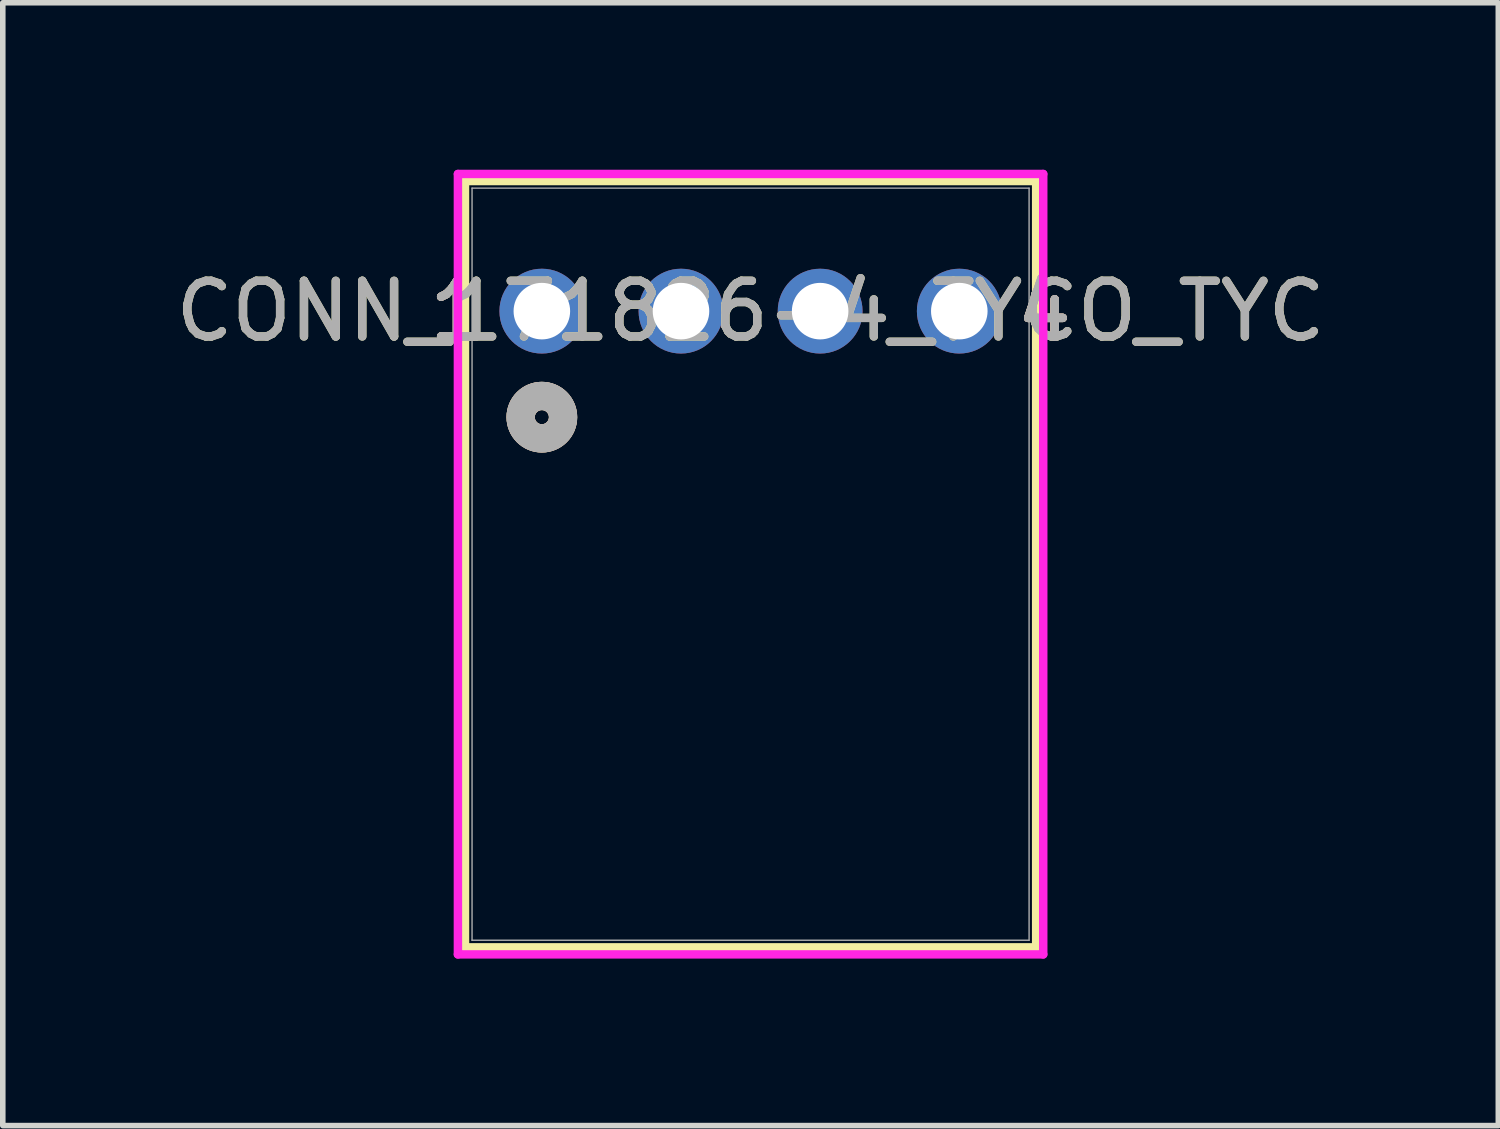
<source format=kicad_pcb>
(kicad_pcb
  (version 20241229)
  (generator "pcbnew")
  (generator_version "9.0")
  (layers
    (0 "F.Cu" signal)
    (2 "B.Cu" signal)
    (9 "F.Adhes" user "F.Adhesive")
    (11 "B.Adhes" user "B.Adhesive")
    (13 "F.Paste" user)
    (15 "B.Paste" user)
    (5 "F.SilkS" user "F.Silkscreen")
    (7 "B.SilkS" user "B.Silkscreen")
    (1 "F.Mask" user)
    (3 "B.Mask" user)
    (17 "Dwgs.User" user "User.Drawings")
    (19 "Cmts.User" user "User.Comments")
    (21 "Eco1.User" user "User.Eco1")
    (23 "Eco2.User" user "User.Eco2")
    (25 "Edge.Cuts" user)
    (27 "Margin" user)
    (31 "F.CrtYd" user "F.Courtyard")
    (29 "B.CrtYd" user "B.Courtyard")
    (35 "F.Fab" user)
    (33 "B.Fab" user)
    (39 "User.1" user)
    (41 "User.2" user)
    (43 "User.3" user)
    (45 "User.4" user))
  (footprint "CONN_171826-4_TYCO_TYC"
    (layer "F.Cu")
    (at 6.685 2.54)
    (property "Reference" "CONN_171826-4_TYCO_TYC" (at 3.75 0 0) (unlocked yes) (layer "F.SilkS") (effects (font (size 1 1) (thickness 0.15))))
    (attr through_hole)
    (fp_line (start -1.381 -2.337) (end -1.381 11.43) (stroke (width 0.152) (type solid)) (layer "F.SilkS"))
    (fp_line (start -1.381 11.43) (end 8.881 11.43) (stroke (width 0.152) (type solid)) (layer "F.SilkS"))
    (fp_line (start 8.881 -2.337) (end -1.381 -2.337) (stroke (width 0.152) (type solid)) (layer "F.SilkS"))
    (fp_line (start 8.881 11.43) (end 8.881 -2.337) (stroke (width 0.152) (type solid)) (layer "F.SilkS"))
    (fp_circle (center 0 1.905) (end 0.381 1.905) (stroke (width 0.508) (type solid)) (fill no) (layer "F.SilkS"))
    (fp_circle (center 0 1.905) (end 0.381 1.905) (stroke (width 0.508) (type solid)) (fill no) (layer "B.SilkS"))
    (fp_line (start -1.508 -2.464) (end -1.508 11.557) (stroke (width 0.152) (type solid)) (layer "F.CrtYd"))
    (fp_line (start -1.508 11.557) (end 9.008 11.557) (stroke (width 0.152) (type solid)) (layer "F.CrtYd"))
    (fp_line (start 9.008 -2.464) (end -1.508 -2.464) (stroke (width 0.152) (type solid)) (layer "F.CrtYd"))
    (fp_line (start 9.008 11.557) (end 9.008 -2.464) (stroke (width 0.152) (type solid)) (layer "F.CrtYd"))
    (fp_line (start -1.254 -2.21) (end -1.254 11.303) (stroke (width 0.025) (type solid)) (layer "F.Fab"))
    (fp_line (start -1.254 11.303) (end 8.754 11.303) (stroke (width 0.025) (type solid)) (layer "F.Fab"))
    (fp_line (start 8.754 -2.21) (end -1.254 -2.21) (stroke (width 0.025) (type solid)) (layer "F.Fab"))
    (fp_line (start 8.754 11.303) (end 8.754 -2.21) (stroke (width 0.025) (type solid)) (layer "F.Fab"))
    (fp_circle (center 0 1.905) (end 0.381 1.905) (stroke (width 0.508) (type solid)) (fill no) (layer "F.Fab"))
    (fp_text user "4" (at 9.024 0 0) (unlocked yes) (layer "F.SilkS") (effects (font (size 1 1) (thickness 0.15))))
    (fp_text user "1" (at -1.524 0 0) (unlocked yes) (layer "F.SilkS") (effects (font (size 1 1) (thickness 0.15))))
    (fp_text user "1" (at -1.524 0 0) (unlocked yes) (layer "F.SilkS") (effects (font (size 1 1) (thickness 0.15))))
    (fp_text user "4" (at 9.024 0 0) (unlocked yes) (layer "F.SilkS") (effects (font (size 1 1) (thickness 0.15))))
    (fp_text user "4" (at 9.024 0 0) (unlocked yes) (layer "B.SilkS") (effects (font (size 1 1) (thickness 0.15))))
    (fp_text user "1" (at -1.524 0 0) (unlocked yes) (layer "B.SilkS") (effects (font (size 1 1) (thickness 0.15))))
    (fp_text user "4" (at 9.024 0 0) (unlocked yes) (layer "B.SilkS") (effects (font (size 1 1) (thickness 0.15))))
    (fp_text user "1" (at -1.524 0 0) (unlocked yes) (layer "B.SilkS") (effects (font (size 1 1) (thickness 0.15))))
    (fp_text user "1" (at -1.524 0 0) (unlocked yes) (layer "F.Fab") (effects (font (size 1 1) (thickness 0.15))))
    (fp_text user "1" (at -1.524 0 0) (unlocked yes) (layer "F.Fab") (effects (font (size 1 1) (thickness 0.15))))
    (fp_text user "4" (at 9.024 0 0) (unlocked yes) (layer "F.Fab") (effects (font (size 1 1) (thickness 0.15))))
    (fp_text user "${REFERENCE}" (at 3.75 0 0) (unlocked yes) (layer "F.Fab") (effects (font (size 1 1) (thickness 0.15))))
    (fp_text user "4" (at 9.024 0 0) (unlocked yes) (layer "F.Fab") (effects (font (size 1 1) (thickness 0.15))))
    (pad "1" thru_hole circle (at 0 0) (size 1.524 1.524) (drill 1.016) (layers "*.Cu" "*.Mask"))
    (pad "2" thru_hole circle (at 2.5 0) (size 1.524 1.524) (drill 1.016) (layers "*.Cu" "*.Mask"))
    (pad "3" thru_hole circle (at 5 0) (size 1.524 1.524) (drill 1.016) (layers "*.Cu" "*.Mask"))
    (pad "4" thru_hole circle (at 7.5 0) (size 1.524 1.524) (drill 1.016) (layers "*.Cu" "*.Mask")))
  (gr_rect
    (start -3 -3)
    (end 23.869 17.173)
    (stroke (width 0.1) (type default))
    (fill no)
    (layer "Edge.Cuts")))
</source>
